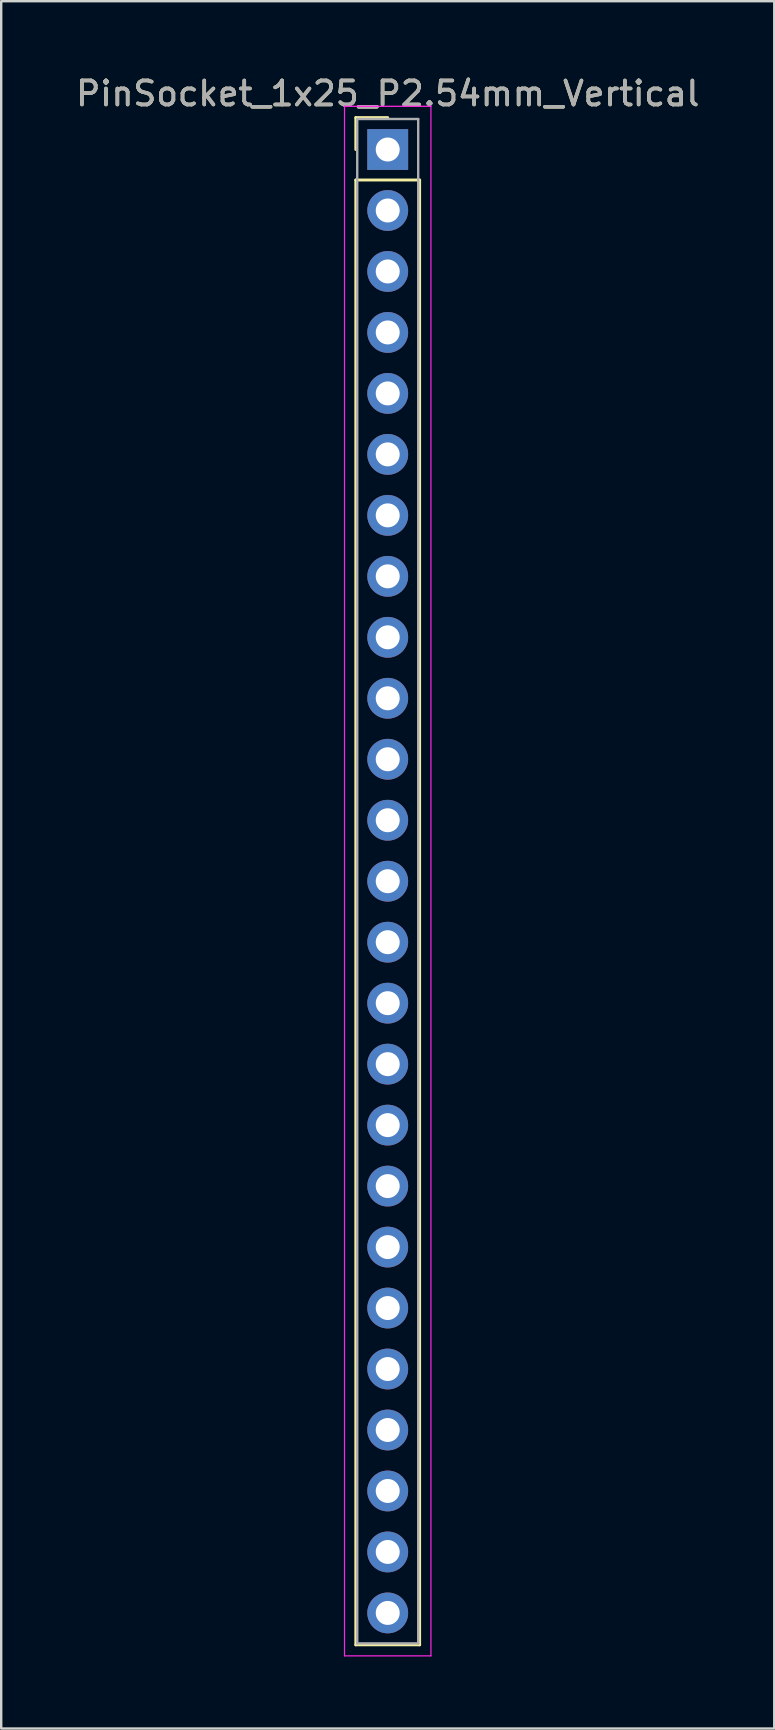
<source format=kicad_pcb>
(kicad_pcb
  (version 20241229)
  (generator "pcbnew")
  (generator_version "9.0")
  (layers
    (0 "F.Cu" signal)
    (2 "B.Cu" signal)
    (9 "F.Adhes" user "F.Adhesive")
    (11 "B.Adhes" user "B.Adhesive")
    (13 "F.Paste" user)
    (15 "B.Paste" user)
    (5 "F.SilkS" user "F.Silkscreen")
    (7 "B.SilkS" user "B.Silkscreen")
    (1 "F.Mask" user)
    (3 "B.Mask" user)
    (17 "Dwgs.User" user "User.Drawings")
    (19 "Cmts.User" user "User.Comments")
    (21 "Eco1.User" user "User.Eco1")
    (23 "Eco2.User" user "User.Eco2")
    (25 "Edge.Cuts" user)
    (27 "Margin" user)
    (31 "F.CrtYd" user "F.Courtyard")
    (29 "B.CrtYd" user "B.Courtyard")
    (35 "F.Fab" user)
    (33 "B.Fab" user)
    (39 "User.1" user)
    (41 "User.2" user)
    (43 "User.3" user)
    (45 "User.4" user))
  (footprint "PinSocket_1x25_P2.54mm_Vertical"
    (layer "F.Cu")
    (at 13.101 3.178)
    (property "Reference" "PinSocket_1x25_P2.54mm_Vertical" (at 0 -2.33 0) (layer "F.SilkS") (effects (font (size 1 1) (thickness 0.15))))
    (attr through_hole)
    (fp_line (start -1.33 -1.33) (end 0 -1.33) (stroke (width 0.12) (type solid)) (layer "F.SilkS"))
    (fp_line (start -1.33 0) (end -1.33 -1.33) (stroke (width 0.12) (type solid)) (layer "F.SilkS"))
    (fp_line (start -1.33 1.27) (end -1.33 62.29) (stroke (width 0.12) (type solid)) (layer "F.SilkS"))
    (fp_line (start -1.33 62.29) (end 1.33 62.29) (stroke (width 0.12) (type solid)) (layer "F.SilkS"))
    (fp_line (start 1.33 1.27) (end -1.33 1.27) (stroke (width 0.12) (type solid)) (layer "F.SilkS"))
    (fp_line (start 1.33 62.29) (end 1.33 1.27) (stroke (width 0.12) (type solid)) (layer "F.SilkS"))
    (fp_line (start -1.8 -1.8) (end -1.8 62.75) (stroke (width 0.05) (type solid)) (layer "F.CrtYd"))
    (fp_line (start -1.8 62.75) (end 1.8 62.75) (stroke (width 0.05) (type solid)) (layer "F.CrtYd"))
    (fp_line (start 1.8 -1.8) (end -1.8 -1.8) (stroke (width 0.05) (type solid)) (layer "F.CrtYd"))
    (fp_line (start 1.8 62.75) (end 1.8 -1.8) (stroke (width 0.05) (type solid)) (layer "F.CrtYd"))
    (fp_line (start -1.27 -1.27) (end -1.27 62.23) (stroke (width 0.1) (type solid)) (layer "F.Fab"))
    (fp_line (start -1.27 62.23) (end 1.27 62.23) (stroke (width 0.1) (type solid)) (layer "F.Fab"))
    (fp_line (start 1.27 -1.27) (end -1.27 -1.27) (stroke (width 0.1) (type solid)) (layer "F.Fab"))
    (fp_line (start 1.27 62.23) (end 1.27 -1.27) (stroke (width 0.1) (type solid)) (layer "F.Fab"))
    (fp_text user "${REFERENCE}" (at 0 -2.33 0) (layer "F.Fab") (effects (font (size 1 1) (thickness 0.15))))
    (pad "1" thru_hole rect (at 0 0) (size 1.7 1.7) (drill 1) (layers "*.Cu" "*.Mask"))
    (pad "2" thru_hole oval (at 0 2.54) (size 1.7 1.7) (drill 1) (layers "*.Cu" "*.Mask"))
    (pad "3" thru_hole oval (at 0 5.08) (size 1.7 1.7) (drill 1) (layers "*.Cu" "*.Mask"))
    (pad "4" thru_hole oval (at 0 7.62) (size 1.7 1.7) (drill 1) (layers "*.Cu" "*.Mask"))
    (pad "5" thru_hole oval (at 0 10.16) (size 1.7 1.7) (drill 1) (layers "*.Cu" "*.Mask"))
    (pad "6" thru_hole oval (at 0 12.7) (size 1.7 1.7) (drill 1) (layers "*.Cu" "*.Mask"))
    (pad "7" thru_hole oval (at 0 15.24) (size 1.7 1.7) (drill 1) (layers "*.Cu" "*.Mask"))
    (pad "8" thru_hole oval (at 0 17.78) (size 1.7 1.7) (drill 1) (layers "*.Cu" "*.Mask"))
    (pad "9" thru_hole oval (at 0 20.32) (size 1.7 1.7) (drill 1) (layers "*.Cu" "*.Mask"))
    (pad "10" thru_hole oval (at 0 22.86) (size 1.7 1.7) (drill 1) (layers "*.Cu" "*.Mask"))
    (pad "11" thru_hole oval (at 0 25.4) (size 1.7 1.7) (drill 1) (layers "*.Cu" "*.Mask"))
    (pad "12" thru_hole oval (at 0 27.94) (size 1.7 1.7) (drill 1) (layers "*.Cu" "*.Mask"))
    (pad "13" thru_hole oval (at 0 30.48) (size 1.7 1.7) (drill 1) (layers "*.Cu" "*.Mask"))
    (pad "14" thru_hole oval (at 0 33.02) (size 1.7 1.7) (drill 1) (layers "*.Cu" "*.Mask"))
    (pad "15" thru_hole oval (at 0 35.56) (size 1.7 1.7) (drill 1) (layers "*.Cu" "*.Mask"))
    (pad "16" thru_hole oval (at 0 38.1) (size 1.7 1.7) (drill 1) (layers "*.Cu" "*.Mask"))
    (pad "17" thru_hole oval (at 0 40.64) (size 1.7 1.7) (drill 1) (layers "*.Cu" "*.Mask"))
    (pad "18" thru_hole oval (at 0 43.18) (size 1.7 1.7) (drill 1) (layers "*.Cu" "*.Mask"))
    (pad "19" thru_hole oval (at 0 45.72) (size 1.7 1.7) (drill 1) (layers "*.Cu" "*.Mask"))
    (pad "20" thru_hole oval (at 0 48.26) (size 1.7 1.7) (drill 1) (layers "*.Cu" "*.Mask"))
    (pad "21" thru_hole oval (at 0 50.8) (size 1.7 1.7) (drill 1) (layers "*.Cu" "*.Mask"))
    (pad "22" thru_hole oval (at 0 53.34) (size 1.7 1.7) (drill 1) (layers "*.Cu" "*.Mask"))
    (pad "23" thru_hole oval (at 0 55.88) (size 1.7 1.7) (drill 1) (layers "*.Cu" "*.Mask"))
    (pad "24" thru_hole oval (at 0 58.42) (size 1.7 1.7) (drill 1) (layers "*.Cu" "*.Mask"))
    (pad "25" thru_hole oval (at 0 60.96) (size 1.7 1.7) (drill 1) (layers "*.Cu" "*.Mask")))
  (gr_rect
    (start -3 -3)
    (end 29.202 68.953)
    (stroke (width 0.1) (type default))
    (fill no)
    (layer "Edge.Cuts")))
</source>
